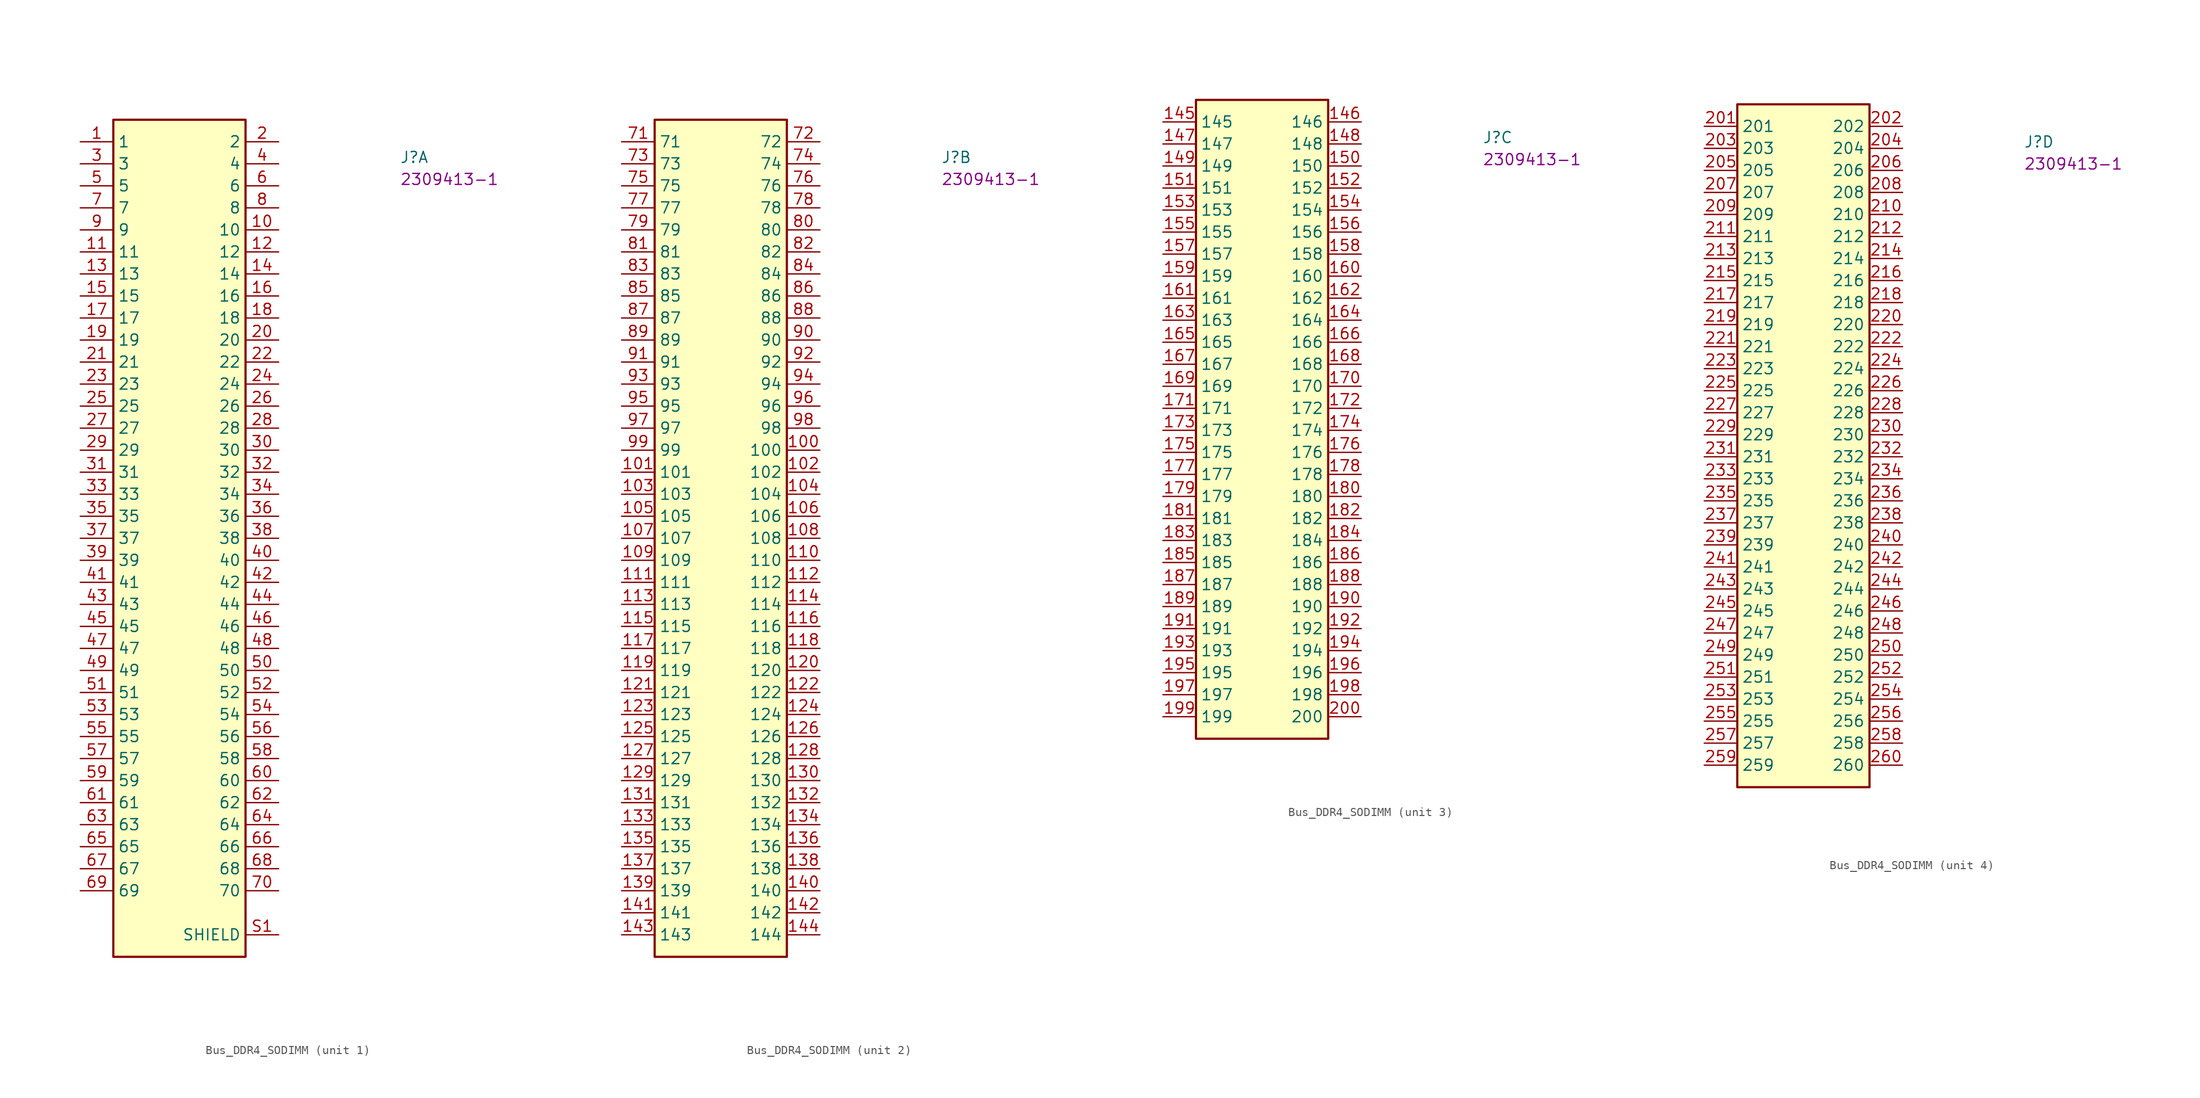
<source format=kicad_sym>
(kicad_symbol_lib
  (version 20220914)
  (generator kicad_symbol_editor)
  (symbol "Bus_DDR4_SODIMM"
    (property "Reference" "J"
      (at 36.83 -2.54 0)
      (effects (font (size 1.27 1.27) (thickness 0.15)) (justify left bottom)))
    (property "MPN" "2309413-1"
      (at 36.83 -5.08 0)
      (effects (font (size 1.27 1.27) (thickness 0.15)) (justify left bottom)))
    (symbol "Bus_DDR4_SODIMM_1_1"
      (rectangle (start 3.81 -93.98) (end 19.05 2.54) (stroke (width 0.254) (type default)) (fill (type background)))
      (pin passive line (at 0 0 0) (length 3.81) (name "1" (effects (font (size 1.27 1.27)))) (number "1" (effects (font (size 1.27 1.27)))))
      (pin passive line (at 22.86 -10.16 180) (length 3.81) (name "10" (effects (font (size 1.27 1.27)))) (number "10" (effects (font (size 1.27 1.27)))))
      (pin passive line (at 0 -12.7 0) (length 3.81) (name "11" (effects (font (size 1.27 1.27)))) (number "11" (effects (font (size 1.27 1.27)))))
      (pin passive line (at 22.86 -12.7 180) (length 3.81) (name "12" (effects (font (size 1.27 1.27)))) (number "12" (effects (font (size 1.27 1.27)))))
      (pin passive line (at 0 -15.24 0) (length 3.81) (name "13" (effects (font (size 1.27 1.27)))) (number "13" (effects (font (size 1.27 1.27)))))
      (pin passive line (at 22.86 -15.24 180) (length 3.81) (name "14" (effects (font (size 1.27 1.27)))) (number "14" (effects (font (size 1.27 1.27)))))
      (pin passive line (at 0 -17.78 0) (length 3.81) (name "15" (effects (font (size 1.27 1.27)))) (number "15" (effects (font (size 1.27 1.27)))))
      (pin passive line (at 22.86 -17.78 180) (length 3.81) (name "16" (effects (font (size 1.27 1.27)))) (number "16" (effects (font (size 1.27 1.27)))))
      (pin passive line (at 0 -20.32 0) (length 3.81) (name "17" (effects (font (size 1.27 1.27)))) (number "17" (effects (font (size 1.27 1.27)))))
      (pin passive line (at 22.86 -20.32 180) (length 3.81) (name "18" (effects (font (size 1.27 1.27)))) (number "18" (effects (font (size 1.27 1.27)))))
      (pin passive line (at 0 -22.86 0) (length 3.81) (name "19" (effects (font (size 1.27 1.27)))) (number "19" (effects (font (size 1.27 1.27)))))
      (pin passive line (at 22.86 0 180) (length 3.81) (name "2" (effects (font (size 1.27 1.27)))) (number "2" (effects (font (size 1.27 1.27)))))
      (pin passive line (at 22.86 -22.86 180) (length 3.81) (name "20" (effects (font (size 1.27 1.27)))) (number "20" (effects (font (size 1.27 1.27)))))
      (pin passive line (at 0 -25.4 0) (length 3.81) (name "21" (effects (font (size 1.27 1.27)))) (number "21" (effects (font (size 1.27 1.27)))))
      (pin passive line (at 22.86 -25.4 180) (length 3.81) (name "22" (effects (font (size 1.27 1.27)))) (number "22" (effects (font (size 1.27 1.27)))))
      (pin passive line (at 0 -27.94 0) (length 3.81) (name "23" (effects (font (size 1.27 1.27)))) (number "23" (effects (font (size 1.27 1.27)))))
      (pin passive line (at 22.86 -27.94 180) (length 3.81) (name "24" (effects (font (size 1.27 1.27)))) (number "24" (effects (font (size 1.27 1.27)))))
      (pin passive line (at 0 -30.48 0) (length 3.81) (name "25" (effects (font (size 1.27 1.27)))) (number "25" (effects (font (size 1.27 1.27)))))
      (pin passive line (at 22.86 -30.48 180) (length 3.81) (name "26" (effects (font (size 1.27 1.27)))) (number "26" (effects (font (size 1.27 1.27)))))
      (pin passive line (at 0 -33.02 0) (length 3.81) (name "27" (effects (font (size 1.27 1.27)))) (number "27" (effects (font (size 1.27 1.27)))))
      (pin passive line (at 22.86 -33.02 180) (length 3.81) (name "28" (effects (font (size 1.27 1.27)))) (number "28" (effects (font (size 1.27 1.27)))))
      (pin passive line (at 0 -35.56 0) (length 3.81) (name "29" (effects (font (size 1.27 1.27)))) (number "29" (effects (font (size 1.27 1.27)))))
      (pin passive line (at 0 -2.54 0) (length 3.81) (name "3" (effects (font (size 1.27 1.27)))) (number "3" (effects (font (size 1.27 1.27)))))
      (pin passive line (at 22.86 -35.56 180) (length 3.81) (name "30" (effects (font (size 1.27 1.27)))) (number "30" (effects (font (size 1.27 1.27)))))
      (pin passive line (at 0 -38.1 0) (length 3.81) (name "31" (effects (font (size 1.27 1.27)))) (number "31" (effects (font (size 1.27 1.27)))))
      (pin passive line (at 22.86 -38.1 180) (length 3.81) (name "32" (effects (font (size 1.27 1.27)))) (number "32" (effects (font (size 1.27 1.27)))))
      (pin passive line (at 0 -40.64 0) (length 3.81) (name "33" (effects (font (size 1.27 1.27)))) (number "33" (effects (font (size 1.27 1.27)))))
      (pin passive line (at 22.86 -40.64 180) (length 3.81) (name "34" (effects (font (size 1.27 1.27)))) (number "34" (effects (font (size 1.27 1.27)))))
      (pin passive line (at 0 -43.18 0) (length 3.81) (name "35" (effects (font (size 1.27 1.27)))) (number "35" (effects (font (size 1.27 1.27)))))
      (pin passive line (at 22.86 -43.18 180) (length 3.81) (name "36" (effects (font (size 1.27 1.27)))) (number "36" (effects (font (size 1.27 1.27)))))
      (pin passive line (at 0 -45.72 0) (length 3.81) (name "37" (effects (font (size 1.27 1.27)))) (number "37" (effects (font (size 1.27 1.27)))))
      (pin passive line (at 22.86 -45.72 180) (length 3.81) (name "38" (effects (font (size 1.27 1.27)))) (number "38" (effects (font (size 1.27 1.27)))))
      (pin passive line (at 0 -48.26 0) (length 3.81) (name "39" (effects (font (size 1.27 1.27)))) (number "39" (effects (font (size 1.27 1.27)))))
      (pin passive line (at 22.86 -2.54 180) (length 3.81) (name "4" (effects (font (size 1.27 1.27)))) (number "4" (effects (font (size 1.27 1.27)))))
      (pin passive line (at 22.86 -48.26 180) (length 3.81) (name "40" (effects (font (size 1.27 1.27)))) (number "40" (effects (font (size 1.27 1.27)))))
      (pin passive line (at 0 -50.8 0) (length 3.81) (name "41" (effects (font (size 1.27 1.27)))) (number "41" (effects (font (size 1.27 1.27)))))
      (pin passive line (at 22.86 -50.8 180) (length 3.81) (name "42" (effects (font (size 1.27 1.27)))) (number "42" (effects (font (size 1.27 1.27)))))
      (pin passive line (at 0 -53.34 0) (length 3.81) (name "43" (effects (font (size 1.27 1.27)))) (number "43" (effects (font (size 1.27 1.27)))))
      (pin passive line (at 22.86 -53.34 180) (length 3.81) (name "44" (effects (font (size 1.27 1.27)))) (number "44" (effects (font (size 1.27 1.27)))))
      (pin passive line (at 0 -55.88 0) (length 3.81) (name "45" (effects (font (size 1.27 1.27)))) (number "45" (effects (font (size 1.27 1.27)))))
      (pin passive line (at 22.86 -55.88 180) (length 3.81) (name "46" (effects (font (size 1.27 1.27)))) (number "46" (effects (font (size 1.27 1.27)))))
      (pin passive line (at 0 -58.42 0) (length 3.81) (name "47" (effects (font (size 1.27 1.27)))) (number "47" (effects (font (size 1.27 1.27)))))
      (pin passive line (at 22.86 -58.42 180) (length 3.81) (name "48" (effects (font (size 1.27 1.27)))) (number "48" (effects (font (size 1.27 1.27)))))
      (pin passive line (at 0 -60.96 0) (length 3.81) (name "49" (effects (font (size 1.27 1.27)))) (number "49" (effects (font (size 1.27 1.27)))))
      (pin passive line (at 0 -5.08 0) (length 3.81) (name "5" (effects (font (size 1.27 1.27)))) (number "5" (effects (font (size 1.27 1.27)))))
      (pin passive line (at 22.86 -60.96 180) (length 3.81) (name "50" (effects (font (size 1.27 1.27)))) (number "50" (effects (font (size 1.27 1.27)))))
      (pin passive line (at 0 -63.5 0) (length 3.81) (name "51" (effects (font (size 1.27 1.27)))) (number "51" (effects (font (size 1.27 1.27)))))
      (pin passive line (at 22.86 -63.5 180) (length 3.81) (name "52" (effects (font (size 1.27 1.27)))) (number "52" (effects (font (size 1.27 1.27)))))
      (pin passive line (at 0 -66.04 0) (length 3.81) (name "53" (effects (font (size 1.27 1.27)))) (number "53" (effects (font (size 1.27 1.27)))))
      (pin passive line (at 22.86 -66.04 180) (length 3.81) (name "54" (effects (font (size 1.27 1.27)))) (number "54" (effects (font (size 1.27 1.27)))))
      (pin passive line (at 0 -68.58 0) (length 3.81) (name "55" (effects (font (size 1.27 1.27)))) (number "55" (effects (font (size 1.27 1.27)))))
      (pin passive line (at 22.86 -68.58 180) (length 3.81) (name "56" (effects (font (size 1.27 1.27)))) (number "56" (effects (font (size 1.27 1.27)))))
      (pin passive line (at 0 -71.12 0) (length 3.81) (name "57" (effects (font (size 1.27 1.27)))) (number "57" (effects (font (size 1.27 1.27)))))
      (pin passive line (at 22.86 -71.12 180) (length 3.81) (name "58" (effects (font (size 1.27 1.27)))) (number "58" (effects (font (size 1.27 1.27)))))
      (pin passive line (at 0 -73.66 0) (length 3.81) (name "59" (effects (font (size 1.27 1.27)))) (number "59" (effects (font (size 1.27 1.27)))))
      (pin passive line (at 22.86 -5.08 180) (length 3.81) (name "6" (effects (font (size 1.27 1.27)))) (number "6" (effects (font (size 1.27 1.27)))))
      (pin passive line (at 22.86 -73.66 180) (length 3.81) (name "60" (effects (font (size 1.27 1.27)))) (number "60" (effects (font (size 1.27 1.27)))))
      (pin passive line (at 0 -76.2 0) (length 3.81) (name "61" (effects (font (size 1.27 1.27)))) (number "61" (effects (font (size 1.27 1.27)))))
      (pin passive line (at 22.86 -76.2 180) (length 3.81) (name "62" (effects (font (size 1.27 1.27)))) (number "62" (effects (font (size 1.27 1.27)))))
      (pin passive line (at 0 -78.74 0) (length 3.81) (name "63" (effects (font (size 1.27 1.27)))) (number "63" (effects (font (size 1.27 1.27)))))
      (pin passive line (at 22.86 -78.74 180) (length 3.81) (name "64" (effects (font (size 1.27 1.27)))) (number "64" (effects (font (size 1.27 1.27)))))
      (pin passive line (at 0 -81.28 0) (length 3.81) (name "65" (effects (font (size 1.27 1.27)))) (number "65" (effects (font (size 1.27 1.27)))))
      (pin passive line (at 22.86 -81.28 180) (length 3.81) (name "66" (effects (font (size 1.27 1.27)))) (number "66" (effects (font (size 1.27 1.27)))))
      (pin passive line (at 0 -83.82 0) (length 3.81) (name "67" (effects (font (size 1.27 1.27)))) (number "67" (effects (font (size 1.27 1.27)))))
      (pin passive line (at 22.86 -83.82 180) (length 3.81) (name "68" (effects (font (size 1.27 1.27)))) (number "68" (effects (font (size 1.27 1.27)))))
      (pin passive line (at 0 -86.36 0) (length 3.81) (name "69" (effects (font (size 1.27 1.27)))) (number "69" (effects (font (size 1.27 1.27)))))
      (pin passive line (at 0 -7.62 0) (length 3.81) (name "7" (effects (font (size 1.27 1.27)))) (number "7" (effects (font (size 1.27 1.27)))))
      (pin passive line (at 22.86 -86.36 180) (length 3.81) (name "70" (effects (font (size 1.27 1.27)))) (number "70" (effects (font (size 1.27 1.27)))))
      (pin passive line (at 22.86 -7.62 180) (length 3.81) (name "8" (effects (font (size 1.27 1.27)))) (number "8" (effects (font (size 1.27 1.27)))))
      (pin passive line (at 0 -10.16 0) (length 3.81) (name "9" (effects (font (size 1.27 1.27)))) (number "9" (effects (font (size 1.27 1.27)))))
      (pin passive line (at 22.86 -91.44 180) (length 3.81) (name "SHIELD" (effects (font (size 1.27 1.27)))) (number "S1" (effects (font (size 1.27 1.27)))))
      (pin passive line (at 22.86 -91.44 180) (length 3.81) hide (name "SHIELD" (effects (font (size 1.27 1.27)))) (number "S2" (effects (font (size 1.27 1.27))))))
    (symbol "Bus_DDR4_SODIMM_2_1"
      (rectangle (start 3.81 -93.98) (end 19.05 2.54) (stroke (width 0.254) (type default)) (fill (type background)))
      (pin passive line (at 22.86 -35.56 180) (length 3.81) (name "100" (effects (font (size 1.27 1.27)))) (number "100" (effects (font (size 1.27 1.27)))))
      (pin passive line (at 0 -38.1 0) (length 3.81) (name "101" (effects (font (size 1.27 1.27)))) (number "101" (effects (font (size 1.27 1.27)))))
      (pin passive line (at 22.86 -38.1 180) (length 3.81) (name "102" (effects (font (size 1.27 1.27)))) (number "102" (effects (font (size 1.27 1.27)))))
      (pin passive line (at 0 -40.64 0) (length 3.81) (name "103" (effects (font (size 1.27 1.27)))) (number "103" (effects (font (size 1.27 1.27)))))
      (pin passive line (at 22.86 -40.64 180) (length 3.81) (name "104" (effects (font (size 1.27 1.27)))) (number "104" (effects (font (size 1.27 1.27)))))
      (pin passive line (at 0 -43.18 0) (length 3.81) (name "105" (effects (font (size 1.27 1.27)))) (number "105" (effects (font (size 1.27 1.27)))))
      (pin passive line (at 22.86 -43.18 180) (length 3.81) (name "106" (effects (font (size 1.27 1.27)))) (number "106" (effects (font (size 1.27 1.27)))))
      (pin passive line (at 0 -45.72 0) (length 3.81) (name "107" (effects (font (size 1.27 1.27)))) (number "107" (effects (font (size 1.27 1.27)))))
      (pin passive line (at 22.86 -45.72 180) (length 3.81) (name "108" (effects (font (size 1.27 1.27)))) (number "108" (effects (font (size 1.27 1.27)))))
      (pin passive line (at 0 -48.26 0) (length 3.81) (name "109" (effects (font (size 1.27 1.27)))) (number "109" (effects (font (size 1.27 1.27)))))
      (pin passive line (at 22.86 -48.26 180) (length 3.81) (name "110" (effects (font (size 1.27 1.27)))) (number "110" (effects (font (size 1.27 1.27)))))
      (pin passive line (at 0 -50.8 0) (length 3.81) (name "111" (effects (font (size 1.27 1.27)))) (number "111" (effects (font (size 1.27 1.27)))))
      (pin passive line (at 22.86 -50.8 180) (length 3.81) (name "112" (effects (font (size 1.27 1.27)))) (number "112" (effects (font (size 1.27 1.27)))))
      (pin passive line (at 0 -53.34 0) (length 3.81) (name "113" (effects (font (size 1.27 1.27)))) (number "113" (effects (font (size 1.27 1.27)))))
      (pin passive line (at 22.86 -53.34 180) (length 3.81) (name "114" (effects (font (size 1.27 1.27)))) (number "114" (effects (font (size 1.27 1.27)))))
      (pin passive line (at 0 -55.88 0) (length 3.81) (name "115" (effects (font (size 1.27 1.27)))) (number "115" (effects (font (size 1.27 1.27)))))
      (pin passive line (at 22.86 -55.88 180) (length 3.81) (name "116" (effects (font (size 1.27 1.27)))) (number "116" (effects (font (size 1.27 1.27)))))
      (pin passive line (at 0 -58.42 0) (length 3.81) (name "117" (effects (font (size 1.27 1.27)))) (number "117" (effects (font (size 1.27 1.27)))))
      (pin passive line (at 22.86 -58.42 180) (length 3.81) (name "118" (effects (font (size 1.27 1.27)))) (number "118" (effects (font (size 1.27 1.27)))))
      (pin passive line (at 0 -60.96 0) (length 3.81) (name "119" (effects (font (size 1.27 1.27)))) (number "119" (effects (font (size 1.27 1.27)))))
      (pin passive line (at 22.86 -60.96 180) (length 3.81) (name "120" (effects (font (size 1.27 1.27)))) (number "120" (effects (font (size 1.27 1.27)))))
      (pin passive line (at 0 -63.5 0) (length 3.81) (name "121" (effects (font (size 1.27 1.27)))) (number "121" (effects (font (size 1.27 1.27)))))
      (pin passive line (at 22.86 -63.5 180) (length 3.81) (name "122" (effects (font (size 1.27 1.27)))) (number "122" (effects (font (size 1.27 1.27)))))
      (pin passive line (at 0 -66.04 0) (length 3.81) (name "123" (effects (font (size 1.27 1.27)))) (number "123" (effects (font (size 1.27 1.27)))))
      (pin passive line (at 22.86 -66.04 180) (length 3.81) (name "124" (effects (font (size 1.27 1.27)))) (number "124" (effects (font (size 1.27 1.27)))))
      (pin passive line (at 0 -68.58 0) (length 3.81) (name "125" (effects (font (size 1.27 1.27)))) (number "125" (effects (font (size 1.27 1.27)))))
      (pin passive line (at 22.86 -68.58 180) (length 3.81) (name "126" (effects (font (size 1.27 1.27)))) (number "126" (effects (font (size 1.27 1.27)))))
      (pin passive line (at 0 -71.12 0) (length 3.81) (name "127" (effects (font (size 1.27 1.27)))) (number "127" (effects (font (size 1.27 1.27)))))
      (pin passive line (at 22.86 -71.12 180) (length 3.81) (name "128" (effects (font (size 1.27 1.27)))) (number "128" (effects (font (size 1.27 1.27)))))
      (pin passive line (at 0 -73.66 0) (length 3.81) (name "129" (effects (font (size 1.27 1.27)))) (number "129" (effects (font (size 1.27 1.27)))))
      (pin passive line (at 22.86 -73.66 180) (length 3.81) (name "130" (effects (font (size 1.27 1.27)))) (number "130" (effects (font (size 1.27 1.27)))))
      (pin passive line (at 0 -76.2 0) (length 3.81) (name "131" (effects (font (size 1.27 1.27)))) (number "131" (effects (font (size 1.27 1.27)))))
      (pin passive line (at 22.86 -76.2 180) (length 3.81) (name "132" (effects (font (size 1.27 1.27)))) (number "132" (effects (font (size 1.27 1.27)))))
      (pin passive line (at 0 -78.74 0) (length 3.81) (name "133" (effects (font (size 1.27 1.27)))) (number "133" (effects (font (size 1.27 1.27)))))
      (pin passive line (at 22.86 -78.74 180) (length 3.81) (name "134" (effects (font (size 1.27 1.27)))) (number "134" (effects (font (size 1.27 1.27)))))
      (pin passive line (at 0 -81.28 0) (length 3.81) (name "135" (effects (font (size 1.27 1.27)))) (number "135" (effects (font (size 1.27 1.27)))))
      (pin passive line (at 22.86 -81.28 180) (length 3.81) (name "136" (effects (font (size 1.27 1.27)))) (number "136" (effects (font (size 1.27 1.27)))))
      (pin passive line (at 0 -83.82 0) (length 3.81) (name "137" (effects (font (size 1.27 1.27)))) (number "137" (effects (font (size 1.27 1.27)))))
      (pin passive line (at 22.86 -83.82 180) (length 3.81) (name "138" (effects (font (size 1.27 1.27)))) (number "138" (effects (font (size 1.27 1.27)))))
      (pin passive line (at 0 -86.36 0) (length 3.81) (name "139" (effects (font (size 1.27 1.27)))) (number "139" (effects (font (size 1.27 1.27)))))
      (pin passive line (at 22.86 -86.36 180) (length 3.81) (name "140" (effects (font (size 1.27 1.27)))) (number "140" (effects (font (size 1.27 1.27)))))
      (pin passive line (at 0 -88.9 0) (length 3.81) (name "141" (effects (font (size 1.27 1.27)))) (number "141" (effects (font (size 1.27 1.27)))))
      (pin passive line (at 22.86 -88.9 180) (length 3.81) (name "142" (effects (font (size 1.27 1.27)))) (number "142" (effects (font (size 1.27 1.27)))))
      (pin passive line (at 0 -91.44 0) (length 3.81) (name "143" (effects (font (size 1.27 1.27)))) (number "143" (effects (font (size 1.27 1.27)))))
      (pin passive line (at 22.86 -91.44 180) (length 3.81) (name "144" (effects (font (size 1.27 1.27)))) (number "144" (effects (font (size 1.27 1.27)))))
      (pin passive line (at 0 0 0) (length 3.81) (name "71" (effects (font (size 1.27 1.27)))) (number "71" (effects (font (size 1.27 1.27)))))
      (pin passive line (at 22.86 0 180) (length 3.81) (name "72" (effects (font (size 1.27 1.27)))) (number "72" (effects (font (size 1.27 1.27)))))
      (pin passive line (at 0 -2.54 0) (length 3.81) (name "73" (effects (font (size 1.27 1.27)))) (number "73" (effects (font (size 1.27 1.27)))))
      (pin passive line (at 22.86 -2.54 180) (length 3.81) (name "74" (effects (font (size 1.27 1.27)))) (number "74" (effects (font (size 1.27 1.27)))))
      (pin passive line (at 0 -5.08 0) (length 3.81) (name "75" (effects (font (size 1.27 1.27)))) (number "75" (effects (font (size 1.27 1.27)))))
      (pin passive line (at 22.86 -5.08 180) (length 3.81) (name "76" (effects (font (size 1.27 1.27)))) (number "76" (effects (font (size 1.27 1.27)))))
      (pin passive line (at 0 -7.62 0) (length 3.81) (name "77" (effects (font (size 1.27 1.27)))) (number "77" (effects (font (size 1.27 1.27)))))
      (pin passive line (at 22.86 -7.62 180) (length 3.81) (name "78" (effects (font (size 1.27 1.27)))) (number "78" (effects (font (size 1.27 1.27)))))
      (pin passive line (at 0 -10.16 0) (length 3.81) (name "79" (effects (font (size 1.27 1.27)))) (number "79" (effects (font (size 1.27 1.27)))))
      (pin passive line (at 22.86 -10.16 180) (length 3.81) (name "80" (effects (font (size 1.27 1.27)))) (number "80" (effects (font (size 1.27 1.27)))))
      (pin passive line (at 0 -12.7 0) (length 3.81) (name "81" (effects (font (size 1.27 1.27)))) (number "81" (effects (font (size 1.27 1.27)))))
      (pin passive line (at 22.86 -12.7 180) (length 3.81) (name "82" (effects (font (size 1.27 1.27)))) (number "82" (effects (font (size 1.27 1.27)))))
      (pin passive line (at 0 -15.24 0) (length 3.81) (name "83" (effects (font (size 1.27 1.27)))) (number "83" (effects (font (size 1.27 1.27)))))
      (pin passive line (at 22.86 -15.24 180) (length 3.81) (name "84" (effects (font (size 1.27 1.27)))) (number "84" (effects (font (size 1.27 1.27)))))
      (pin passive line (at 0 -17.78 0) (length 3.81) (name "85" (effects (font (size 1.27 1.27)))) (number "85" (effects (font (size 1.27 1.27)))))
      (pin passive line (at 22.86 -17.78 180) (length 3.81) (name "86" (effects (font (size 1.27 1.27)))) (number "86" (effects (font (size 1.27 1.27)))))
      (pin passive line (at 0 -20.32 0) (length 3.81) (name "87" (effects (font (size 1.27 1.27)))) (number "87" (effects (font (size 1.27 1.27)))))
      (pin passive line (at 22.86 -20.32 180) (length 3.81) (name "88" (effects (font (size 1.27 1.27)))) (number "88" (effects (font (size 1.27 1.27)))))
      (pin passive line (at 0 -22.86 0) (length 3.81) (name "89" (effects (font (size 1.27 1.27)))) (number "89" (effects (font (size 1.27 1.27)))))
      (pin passive line (at 22.86 -22.86 180) (length 3.81) (name "90" (effects (font (size 1.27 1.27)))) (number "90" (effects (font (size 1.27 1.27)))))
      (pin passive line (at 0 -25.4 0) (length 3.81) (name "91" (effects (font (size 1.27 1.27)))) (number "91" (effects (font (size 1.27 1.27)))))
      (pin passive line (at 22.86 -25.4 180) (length 3.81) (name "92" (effects (font (size 1.27 1.27)))) (number "92" (effects (font (size 1.27 1.27)))))
      (pin passive line (at 0 -27.94 0) (length 3.81) (name "93" (effects (font (size 1.27 1.27)))) (number "93" (effects (font (size 1.27 1.27)))))
      (pin passive line (at 22.86 -27.94 180) (length 3.81) (name "94" (effects (font (size 1.27 1.27)))) (number "94" (effects (font (size 1.27 1.27)))))
      (pin passive line (at 0 -30.48 0) (length 3.81) (name "95" (effects (font (size 1.27 1.27)))) (number "95" (effects (font (size 1.27 1.27)))))
      (pin passive line (at 22.86 -30.48 180) (length 3.81) (name "96" (effects (font (size 1.27 1.27)))) (number "96" (effects (font (size 1.27 1.27)))))
      (pin passive line (at 0 -33.02 0) (length 3.81) (name "97" (effects (font (size 1.27 1.27)))) (number "97" (effects (font (size 1.27 1.27)))))
      (pin passive line (at 22.86 -33.02 180) (length 3.81) (name "98" (effects (font (size 1.27 1.27)))) (number "98" (effects (font (size 1.27 1.27)))))
      (pin passive line (at 0 -35.56 0) (length 3.81) (name "99" (effects (font (size 1.27 1.27)))) (number "99" (effects (font (size 1.27 1.27))))))
    (symbol "Bus_DDR4_SODIMM_3_1"
      (rectangle (start 3.81 -71.12) (end 19.05 2.54) (stroke (width 0.254) (type default)) (fill (type background)))
      (pin passive line (at 0 0 0) (length 3.81) (name "145" (effects (font (size 1.27 1.27)))) (number "145" (effects (font (size 1.27 1.27)))))
      (pin passive line (at 22.86 0 180) (length 3.81) (name "146" (effects (font (size 1.27 1.27)))) (number "146" (effects (font (size 1.27 1.27)))))
      (pin passive line (at 0 -2.54 0) (length 3.81) (name "147" (effects (font (size 1.27 1.27)))) (number "147" (effects (font (size 1.27 1.27)))))
      (pin passive line (at 22.86 -2.54 180) (length 3.81) (name "148" (effects (font (size 1.27 1.27)))) (number "148" (effects (font (size 1.27 1.27)))))
      (pin passive line (at 0 -5.08 0) (length 3.81) (name "149" (effects (font (size 1.27 1.27)))) (number "149" (effects (font (size 1.27 1.27)))))
      (pin passive line (at 22.86 -5.08 180) (length 3.81) (name "150" (effects (font (size 1.27 1.27)))) (number "150" (effects (font (size 1.27 1.27)))))
      (pin passive line (at 0 -7.62 0) (length 3.81) (name "151" (effects (font (size 1.27 1.27)))) (number "151" (effects (font (size 1.27 1.27)))))
      (pin passive line (at 22.86 -7.62 180) (length 3.81) (name "152" (effects (font (size 1.27 1.27)))) (number "152" (effects (font (size 1.27 1.27)))))
      (pin passive line (at 0 -10.16 0) (length 3.81) (name "153" (effects (font (size 1.27 1.27)))) (number "153" (effects (font (size 1.27 1.27)))))
      (pin passive line (at 22.86 -10.16 180) (length 3.81) (name "154" (effects (font (size 1.27 1.27)))) (number "154" (effects (font (size 1.27 1.27)))))
      (pin passive line (at 0 -12.7 0) (length 3.81) (name "155" (effects (font (size 1.27 1.27)))) (number "155" (effects (font (size 1.27 1.27)))))
      (pin passive line (at 22.86 -12.7 180) (length 3.81) (name "156" (effects (font (size 1.27 1.27)))) (number "156" (effects (font (size 1.27 1.27)))))
      (pin passive line (at 0 -15.24 0) (length 3.81) (name "157" (effects (font (size 1.27 1.27)))) (number "157" (effects (font (size 1.27 1.27)))))
      (pin passive line (at 22.86 -15.24 180) (length 3.81) (name "158" (effects (font (size 1.27 1.27)))) (number "158" (effects (font (size 1.27 1.27)))))
      (pin passive line (at 0 -17.78 0) (length 3.81) (name "159" (effects (font (size 1.27 1.27)))) (number "159" (effects (font (size 1.27 1.27)))))
      (pin passive line (at 22.86 -17.78 180) (length 3.81) (name "160" (effects (font (size 1.27 1.27)))) (number "160" (effects (font (size 1.27 1.27)))))
      (pin passive line (at 0 -20.32 0) (length 3.81) (name "161" (effects (font (size 1.27 1.27)))) (number "161" (effects (font (size 1.27 1.27)))))
      (pin passive line (at 22.86 -20.32 180) (length 3.81) (name "162" (effects (font (size 1.27 1.27)))) (number "162" (effects (font (size 1.27 1.27)))))
      (pin passive line (at 0 -22.86 0) (length 3.81) (name "163" (effects (font (size 1.27 1.27)))) (number "163" (effects (font (size 1.27 1.27)))))
      (pin passive line (at 22.86 -22.86 180) (length 3.81) (name "164" (effects (font (size 1.27 1.27)))) (number "164" (effects (font (size 1.27 1.27)))))
      (pin passive line (at 0 -25.4 0) (length 3.81) (name "165" (effects (font (size 1.27 1.27)))) (number "165" (effects (font (size 1.27 1.27)))))
      (pin passive line (at 22.86 -25.4 180) (length 3.81) (name "166" (effects (font (size 1.27 1.27)))) (number "166" (effects (font (size 1.27 1.27)))))
      (pin passive line (at 0 -27.94 0) (length 3.81) (name "167" (effects (font (size 1.27 1.27)))) (number "167" (effects (font (size 1.27 1.27)))))
      (pin passive line (at 22.86 -27.94 180) (length 3.81) (name "168" (effects (font (size 1.27 1.27)))) (number "168" (effects (font (size 1.27 1.27)))))
      (pin passive line (at 0 -30.48 0) (length 3.81) (name "169" (effects (font (size 1.27 1.27)))) (number "169" (effects (font (size 1.27 1.27)))))
      (pin passive line (at 22.86 -30.48 180) (length 3.81) (name "170" (effects (font (size 1.27 1.27)))) (number "170" (effects (font (size 1.27 1.27)))))
      (pin passive line (at 0 -33.02 0) (length 3.81) (name "171" (effects (font (size 1.27 1.27)))) (number "171" (effects (font (size 1.27 1.27)))))
      (pin passive line (at 22.86 -33.02 180) (length 3.81) (name "172" (effects (font (size 1.27 1.27)))) (number "172" (effects (font (size 1.27 1.27)))))
      (pin passive line (at 0 -35.56 0) (length 3.81) (name "173" (effects (font (size 1.27 1.27)))) (number "173" (effects (font (size 1.27 1.27)))))
      (pin passive line (at 22.86 -35.56 180) (length 3.81) (name "174" (effects (font (size 1.27 1.27)))) (number "174" (effects (font (size 1.27 1.27)))))
      (pin passive line (at 0 -38.1 0) (length 3.81) (name "175" (effects (font (size 1.27 1.27)))) (number "175" (effects (font (size 1.27 1.27)))))
      (pin passive line (at 22.86 -38.1 180) (length 3.81) (name "176" (effects (font (size 1.27 1.27)))) (number "176" (effects (font (size 1.27 1.27)))))
      (pin passive line (at 0 -40.64 0) (length 3.81) (name "177" (effects (font (size 1.27 1.27)))) (number "177" (effects (font (size 1.27 1.27)))))
      (pin passive line (at 22.86 -40.64 180) (length 3.81) (name "178" (effects (font (size 1.27 1.27)))) (number "178" (effects (font (size 1.27 1.27)))))
      (pin passive line (at 0 -43.18 0) (length 3.81) (name "179" (effects (font (size 1.27 1.27)))) (number "179" (effects (font (size 1.27 1.27)))))
      (pin passive line (at 22.86 -43.18 180) (length 3.81) (name "180" (effects (font (size 1.27 1.27)))) (number "180" (effects (font (size 1.27 1.27)))))
      (pin passive line (at 0 -45.72 0) (length 3.81) (name "181" (effects (font (size 1.27 1.27)))) (number "181" (effects (font (size 1.27 1.27)))))
      (pin passive line (at 22.86 -45.72 180) (length 3.81) (name "182" (effects (font (size 1.27 1.27)))) (number "182" (effects (font (size 1.27 1.27)))))
      (pin passive line (at 0 -48.26 0) (length 3.81) (name "183" (effects (font (size 1.27 1.27)))) (number "183" (effects (font (size 1.27 1.27)))))
      (pin passive line (at 22.86 -48.26 180) (length 3.81) (name "184" (effects (font (size 1.27 1.27)))) (number "184" (effects (font (size 1.27 1.27)))))
      (pin passive line (at 0 -50.8 0) (length 3.81) (name "185" (effects (font (size 1.27 1.27)))) (number "185" (effects (font (size 1.27 1.27)))))
      (pin passive line (at 22.86 -50.8 180) (length 3.81) (name "186" (effects (font (size 1.27 1.27)))) (number "186" (effects (font (size 1.27 1.27)))))
      (pin passive line (at 0 -53.34 0) (length 3.81) (name "187" (effects (font (size 1.27 1.27)))) (number "187" (effects (font (size 1.27 1.27)))))
      (pin passive line (at 22.86 -53.34 180) (length 3.81) (name "188" (effects (font (size 1.27 1.27)))) (number "188" (effects (font (size 1.27 1.27)))))
      (pin passive line (at 0 -55.88 0) (length 3.81) (name "189" (effects (font (size 1.27 1.27)))) (number "189" (effects (font (size 1.27 1.27)))))
      (pin passive line (at 22.86 -55.88 180) (length 3.81) (name "190" (effects (font (size 1.27 1.27)))) (number "190" (effects (font (size 1.27 1.27)))))
      (pin passive line (at 0 -58.42 0) (length 3.81) (name "191" (effects (font (size 1.27 1.27)))) (number "191" (effects (font (size 1.27 1.27)))))
      (pin passive line (at 22.86 -58.42 180) (length 3.81) (name "192" (effects (font (size 1.27 1.27)))) (number "192" (effects (font (size 1.27 1.27)))))
      (pin passive line (at 0 -60.96 0) (length 3.81) (name "193" (effects (font (size 1.27 1.27)))) (number "193" (effects (font (size 1.27 1.27)))))
      (pin passive line (at 22.86 -60.96 180) (length 3.81) (name "194" (effects (font (size 1.27 1.27)))) (number "194" (effects (font (size 1.27 1.27)))))
      (pin passive line (at 0 -63.5 0) (length 3.81) (name "195" (effects (font (size 1.27 1.27)))) (number "195" (effects (font (size 1.27 1.27)))))
      (pin passive line (at 22.86 -63.5 180) (length 3.81) (name "196" (effects (font (size 1.27 1.27)))) (number "196" (effects (font (size 1.27 1.27)))))
      (pin passive line (at 0 -66.04 0) (length 3.81) (name "197" (effects (font (size 1.27 1.27)))) (number "197" (effects (font (size 1.27 1.27)))))
      (pin passive line (at 22.86 -66.04 180) (length 3.81) (name "198" (effects (font (size 1.27 1.27)))) (number "198" (effects (font (size 1.27 1.27)))))
      (pin passive line (at 0 -68.58 0) (length 3.81) (name "199" (effects (font (size 1.27 1.27)))) (number "199" (effects (font (size 1.27 1.27)))))
      (pin passive line (at 22.86 -68.58 180) (length 3.81) (name "200" (effects (font (size 1.27 1.27)))) (number "200" (effects (font (size 1.27 1.27))))))
    (symbol "Bus_DDR4_SODIMM_4_1"
      (rectangle (start 3.81 -76.2) (end 19.05 2.54) (stroke (width 0.254) (type default)) (fill (type background)))
      (pin passive line (at 0 0 0) (length 3.81) (name "201" (effects (font (size 1.27 1.27)))) (number "201" (effects (font (size 1.27 1.27)))))
      (pin passive line (at 22.86 0 180) (length 3.81) (name "202" (effects (font (size 1.27 1.27)))) (number "202" (effects (font (size 1.27 1.27)))))
      (pin passive line (at 0 -2.54 0) (length 3.81) (name "203" (effects (font (size 1.27 1.27)))) (number "203" (effects (font (size 1.27 1.27)))))
      (pin passive line (at 22.86 -2.54 180) (length 3.81) (name "204" (effects (font (size 1.27 1.27)))) (number "204" (effects (font (size 1.27 1.27)))))
      (pin passive line (at 0 -5.08 0) (length 3.81) (name "205" (effects (font (size 1.27 1.27)))) (number "205" (effects (font (size 1.27 1.27)))))
      (pin passive line (at 22.86 -5.08 180) (length 3.81) (name "206" (effects (font (size 1.27 1.27)))) (number "206" (effects (font (size 1.27 1.27)))))
      (pin passive line (at 0 -7.62 0) (length 3.81) (name "207" (effects (font (size 1.27 1.27)))) (number "207" (effects (font (size 1.27 1.27)))))
      (pin passive line (at 22.86 -7.62 180) (length 3.81) (name "208" (effects (font (size 1.27 1.27)))) (number "208" (effects (font (size 1.27 1.27)))))
      (pin passive line (at 0 -10.16 0) (length 3.81) (name "209" (effects (font (size 1.27 1.27)))) (number "209" (effects (font (size 1.27 1.27)))))
      (pin passive line (at 22.86 -10.16 180) (length 3.81) (name "210" (effects (font (size 1.27 1.27)))) (number "210" (effects (font (size 1.27 1.27)))))
      (pin passive line (at 0 -12.7 0) (length 3.81) (name "211" (effects (font (size 1.27 1.27)))) (number "211" (effects (font (size 1.27 1.27)))))
      (pin passive line (at 22.86 -12.7 180) (length 3.81) (name "212" (effects (font (size 1.27 1.27)))) (number "212" (effects (font (size 1.27 1.27)))))
      (pin passive line (at 0 -15.24 0) (length 3.81) (name "213" (effects (font (size 1.27 1.27)))) (number "213" (effects (font (size 1.27 1.27)))))
      (pin passive line (at 22.86 -15.24 180) (length 3.81) (name "214" (effects (font (size 1.27 1.27)))) (number "214" (effects (font (size 1.27 1.27)))))
      (pin passive line (at 0 -17.78 0) (length 3.81) (name "215" (effects (font (size 1.27 1.27)))) (number "215" (effects (font (size 1.27 1.27)))))
      (pin passive line (at 22.86 -17.78 180) (length 3.81) (name "216" (effects (font (size 1.27 1.27)))) (number "216" (effects (font (size 1.27 1.27)))))
      (pin passive line (at 0 -20.32 0) (length 3.81) (name "217" (effects (font (size 1.27 1.27)))) (number "217" (effects (font (size 1.27 1.27)))))
      (pin passive line (at 22.86 -20.32 180) (length 3.81) (name "218" (effects (font (size 1.27 1.27)))) (number "218" (effects (font (size 1.27 1.27)))))
      (pin passive line (at 0 -22.86 0) (length 3.81) (name "219" (effects (font (size 1.27 1.27)))) (number "219" (effects (font (size 1.27 1.27)))))
      (pin passive line (at 22.86 -22.86 180) (length 3.81) (name "220" (effects (font (size 1.27 1.27)))) (number "220" (effects (font (size 1.27 1.27)))))
      (pin passive line (at 0 -25.4 0) (length 3.81) (name "221" (effects (font (size 1.27 1.27)))) (number "221" (effects (font (size 1.27 1.27)))))
      (pin passive line (at 22.86 -25.4 180) (length 3.81) (name "222" (effects (font (size 1.27 1.27)))) (number "222" (effects (font (size 1.27 1.27)))))
      (pin passive line (at 0 -27.94 0) (length 3.81) (name "223" (effects (font (size 1.27 1.27)))) (number "223" (effects (font (size 1.27 1.27)))))
      (pin passive line (at 22.86 -27.94 180) (length 3.81) (name "224" (effects (font (size 1.27 1.27)))) (number "224" (effects (font (size 1.27 1.27)))))
      (pin passive line (at 0 -30.48 0) (length 3.81) (name "225" (effects (font (size 1.27 1.27)))) (number "225" (effects (font (size 1.27 1.27)))))
      (pin passive line (at 22.86 -30.48 180) (length 3.81) (name "226" (effects (font (size 1.27 1.27)))) (number "226" (effects (font (size 1.27 1.27)))))
      (pin passive line (at 0 -33.02 0) (length 3.81) (name "227" (effects (font (size 1.27 1.27)))) (number "227" (effects (font (size 1.27 1.27)))))
      (pin passive line (at 22.86 -33.02 180) (length 3.81) (name "228" (effects (font (size 1.27 1.27)))) (number "228" (effects (font (size 1.27 1.27)))))
      (pin passive line (at 0 -35.56 0) (length 3.81) (name "229" (effects (font (size 1.27 1.27)))) (number "229" (effects (font (size 1.27 1.27)))))
      (pin passive line (at 22.86 -35.56 180) (length 3.81) (name "230" (effects (font (size 1.27 1.27)))) (number "230" (effects (font (size 1.27 1.27)))))
      (pin passive line (at 0 -38.1 0) (length 3.81) (name "231" (effects (font (size 1.27 1.27)))) (number "231" (effects (font (size 1.27 1.27)))))
      (pin passive line (at 22.86 -38.1 180) (length 3.81) (name "232" (effects (font (size 1.27 1.27)))) (number "232" (effects (font (size 1.27 1.27)))))
      (pin passive line (at 0 -40.64 0) (length 3.81) (name "233" (effects (font (size 1.27 1.27)))) (number "233" (effects (font (size 1.27 1.27)))))
      (pin passive line (at 22.86 -40.64 180) (length 3.81) (name "234" (effects (font (size 1.27 1.27)))) (number "234" (effects (font (size 1.27 1.27)))))
      (pin passive line (at 0 -43.18 0) (length 3.81) (name "235" (effects (font (size 1.27 1.27)))) (number "235" (effects (font (size 1.27 1.27)))))
      (pin passive line (at 22.86 -43.18 180) (length 3.81) (name "236" (effects (font (size 1.27 1.27)))) (number "236" (effects (font (size 1.27 1.27)))))
      (pin passive line (at 0 -45.72 0) (length 3.81) (name "237" (effects (font (size 1.27 1.27)))) (number "237" (effects (font (size 1.27 1.27)))))
      (pin passive line (at 22.86 -45.72 180) (length 3.81) (name "238" (effects (font (size 1.27 1.27)))) (number "238" (effects (font (size 1.27 1.27)))))
      (pin passive line (at 0 -48.26 0) (length 3.81) (name "239" (effects (font (size 1.27 1.27)))) (number "239" (effects (font (size 1.27 1.27)))))
      (pin passive line (at 22.86 -48.26 180) (length 3.81) (name "240" (effects (font (size 1.27 1.27)))) (number "240" (effects (font (size 1.27 1.27)))))
      (pin passive line (at 0 -50.8 0) (length 3.81) (name "241" (effects (font (size 1.27 1.27)))) (number "241" (effects (font (size 1.27 1.27)))))
      (pin passive line (at 22.86 -50.8 180) (length 3.81) (name "242" (effects (font (size 1.27 1.27)))) (number "242" (effects (font (size 1.27 1.27)))))
      (pin passive line (at 0 -53.34 0) (length 3.81) (name "243" (effects (font (size 1.27 1.27)))) (number "243" (effects (font (size 1.27 1.27)))))
      (pin passive line (at 22.86 -53.34 180) (length 3.81) (name "244" (effects (font (size 1.27 1.27)))) (number "244" (effects (font (size 1.27 1.27)))))
      (pin passive line (at 0 -55.88 0) (length 3.81) (name "245" (effects (font (size 1.27 1.27)))) (number "245" (effects (font (size 1.27 1.27)))))
      (pin passive line (at 22.86 -55.88 180) (length 3.81) (name "246" (effects (font (size 1.27 1.27)))) (number "246" (effects (font (size 1.27 1.27)))))
      (pin passive line (at 0 -58.42 0) (length 3.81) (name "247" (effects (font (size 1.27 1.27)))) (number "247" (effects (font (size 1.27 1.27)))))
      (pin passive line (at 22.86 -58.42 180) (length 3.81) (name "248" (effects (font (size 1.27 1.27)))) (number "248" (effects (font (size 1.27 1.27)))))
      (pin passive line (at 0 -60.96 0) (length 3.81) (name "249" (effects (font (size 1.27 1.27)))) (number "249" (effects (font (size 1.27 1.27)))))
      (pin passive line (at 22.86 -60.96 180) (length 3.81) (name "250" (effects (font (size 1.27 1.27)))) (number "250" (effects (font (size 1.27 1.27)))))
      (pin passive line (at 0 -63.5 0) (length 3.81) (name "251" (effects (font (size 1.27 1.27)))) (number "251" (effects (font (size 1.27 1.27)))))
      (pin passive line (at 22.86 -63.5 180) (length 3.81) (name "252" (effects (font (size 1.27 1.27)))) (number "252" (effects (font (size 1.27 1.27)))))
      (pin passive line (at 0 -66.04 0) (length 3.81) (name "253" (effects (font (size 1.27 1.27)))) (number "253" (effects (font (size 1.27 1.27)))))
      (pin passive line (at 22.86 -66.04 180) (length 3.81) (name "254" (effects (font (size 1.27 1.27)))) (number "254" (effects (font (size 1.27 1.27)))))
      (pin passive line (at 0 -68.58 0) (length 3.81) (name "255" (effects (font (size 1.27 1.27)))) (number "255" (effects (font (size 1.27 1.27)))))
      (pin passive line (at 22.86 -68.58 180) (length 3.81) (name "256" (effects (font (size 1.27 1.27)))) (number "256" (effects (font (size 1.27 1.27)))))
      (pin passive line (at 0 -71.12 0) (length 3.81) (name "257" (effects (font (size 1.27 1.27)))) (number "257" (effects (font (size 1.27 1.27)))))
      (pin passive line (at 22.86 -71.12 180) (length 3.81) (name "258" (effects (font (size 1.27 1.27)))) (number "258" (effects (font (size 1.27 1.27)))))
      (pin passive line (at 0 -73.66 0) (length 3.81) (name "259" (effects (font (size 1.27 1.27)))) (number "259" (effects (font (size 1.27 1.27)))))
      (pin passive line (at 22.86 -73.66 180) (length 3.81) (name "260" (effects (font (size 1.27 1.27)))) (number "260" (effects (font (size 1.27 1.27))))))))
</source>
